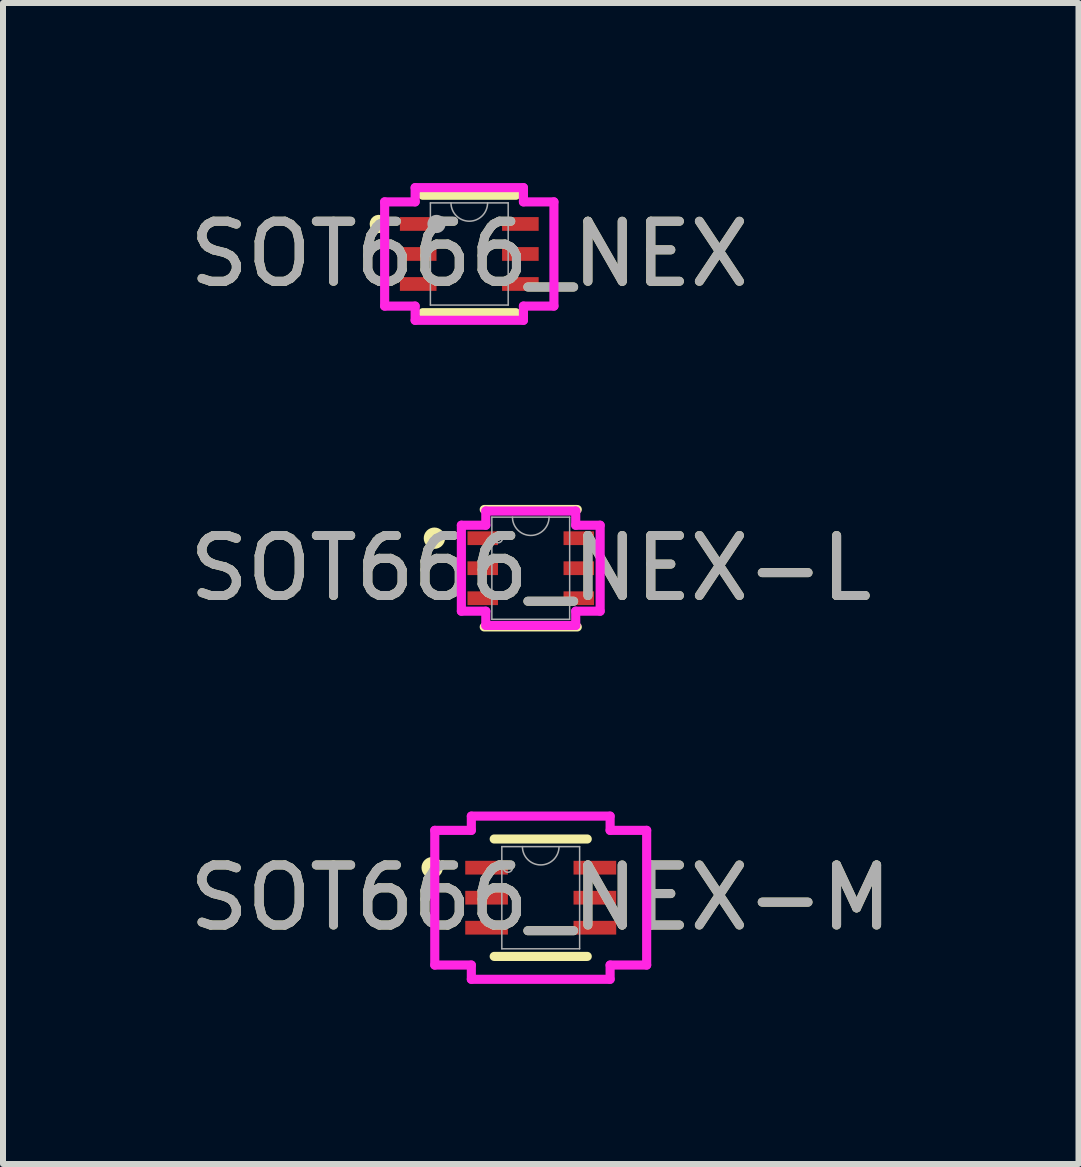
<source format=kicad_pcb>
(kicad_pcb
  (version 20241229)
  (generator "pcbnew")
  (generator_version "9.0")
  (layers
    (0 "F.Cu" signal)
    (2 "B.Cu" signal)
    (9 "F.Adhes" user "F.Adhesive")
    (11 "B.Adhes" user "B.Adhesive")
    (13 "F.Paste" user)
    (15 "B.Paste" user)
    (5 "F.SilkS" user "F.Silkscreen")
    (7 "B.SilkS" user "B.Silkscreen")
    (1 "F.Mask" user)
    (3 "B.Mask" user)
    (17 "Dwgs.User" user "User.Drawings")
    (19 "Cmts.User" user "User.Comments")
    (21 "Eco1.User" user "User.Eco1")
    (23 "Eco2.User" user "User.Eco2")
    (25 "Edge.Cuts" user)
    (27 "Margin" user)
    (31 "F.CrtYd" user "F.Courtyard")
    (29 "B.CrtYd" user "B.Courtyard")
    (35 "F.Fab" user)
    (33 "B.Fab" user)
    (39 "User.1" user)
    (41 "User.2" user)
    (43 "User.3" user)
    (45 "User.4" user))
  (footprint "SOT666_NEX-M"
    (layer "F.Cu")
    (at 5.958 11.905)
    (property "Reference" "SOT666_NEX-M" (at 0 0 0) (unlocked yes) (layer "F.SilkS") (effects (font (size 1 1) (thickness 0.15))))
    (attr smd)
    (fp_line (start -0.775 0.978) (end 0.775 0.978) (stroke (width 0.152) (type solid)) (layer "F.SilkS"))
    (fp_line (start 0.775 -0.978) (end -0.775 -0.978) (stroke (width 0.152) (type solid)) (layer "F.SilkS"))
    (fp_circle (center -1.808 -0.5) (end -1.706 -0.5) (stroke (width 0.152) (type solid)) (fill no) (layer "F.SilkS"))
    (fp_line (start -1.765 -1.122) (end -1.156 -1.122) (stroke (width 0.152) (type solid)) (layer "F.CrtYd"))
    (fp_line (start -1.765 1.122) (end -1.765 -1.122) (stroke (width 0.152) (type solid)) (layer "F.CrtYd"))
    (fp_line (start -1.765 1.122) (end -1.156 1.122) (stroke (width 0.152) (type solid)) (layer "F.CrtYd"))
    (fp_line (start -1.156 -1.359) (end 1.156 -1.359) (stroke (width 0.152) (type solid)) (layer "F.CrtYd"))
    (fp_line (start -1.156 -1.122) (end -1.156 -1.359) (stroke (width 0.152) (type solid)) (layer "F.CrtYd"))
    (fp_line (start -1.156 1.359) (end -1.156 1.122) (stroke (width 0.152) (type solid)) (layer "F.CrtYd"))
    (fp_line (start 1.156 -1.359) (end 1.156 -1.122) (stroke (width 0.152) (type solid)) (layer "F.CrtYd"))
    (fp_line (start 1.156 1.122) (end 1.156 1.359) (stroke (width 0.152) (type solid)) (layer "F.CrtYd"))
    (fp_line (start 1.156 1.359) (end -1.156 1.359) (stroke (width 0.152) (type solid)) (layer "F.CrtYd"))
    (fp_line (start 1.765 -1.122) (end 1.156 -1.122) (stroke (width 0.152) (type solid)) (layer "F.CrtYd"))
    (fp_line (start 1.765 -1.122) (end 1.765 1.122) (stroke (width 0.152) (type solid)) (layer "F.CrtYd"))
    (fp_line (start 1.765 1.122) (end 1.156 1.122) (stroke (width 0.152) (type solid)) (layer "F.CrtYd"))
    (fp_line (start -0.648 -0.851) (end -0.648 0.851) (stroke (width 0.025) (type solid)) (layer "F.Fab"))
    (fp_line (start -0.648 0.851) (end 0.648 0.851) (stroke (width 0.025) (type solid)) (layer "F.Fab"))
    (fp_line (start 0.648 -0.851) (end -0.648 -0.851) (stroke (width 0.025) (type solid)) (layer "F.Fab"))
    (fp_line (start 0.648 0.851) (end 0.648 -0.851) (stroke (width 0.025) (type solid)) (layer "F.Fab"))
    (fp_arc (start 0.3048 -0.8509) (mid 0 -0.5461) (end -0.3048 -0.8509) (stroke (width 0.0254) (type solid)) (layer "F.Fab"))
    (fp_circle (center -0.546 -0.5) (end -0.47 -0.5) (stroke (width 0.025) (type solid)) (fill no) (layer "F.Fab"))
    (fp_text user "${REFERENCE}" (at 0 0 0) (unlocked yes) (layer "F.Fab") (effects (font (size 1 1) (thickness 0.15))))
    (pad "1" smd rect (at -0.902 -0.5) (size 0.711 0.229) (layers "F.Cu" "F.Mask" "F.Paste"))
    (pad "2" smd rect (at -0.902 0) (size 0.711 0.229) (layers "F.Cu" "F.Mask" "F.Paste"))
    (pad "3" smd rect (at -0.902 0.5) (size 0.711 0.229) (layers "F.Cu" "F.Mask" "F.Paste"))
    (pad "4" smd rect (at 0.902 0.5) (size 0.711 0.229) (layers "F.Cu" "F.Mask" "F.Paste"))
    (pad "5" smd rect (at 0.902 0) (size 0.711 0.229) (layers "F.Cu" "F.Mask" "F.Paste"))
    (pad "6" smd rect (at 0.902 -0.5) (size 0.711 0.229) (layers "F.Cu" "F.Mask" "F.Paste")))
  (footprint "SOT666_NEX-L"
    (layer "F.Cu")
    (at 5.792 6.416)
    (property "Reference" "SOT666_NEX-L" (at 0 0 0) (unlocked yes) (layer "F.SilkS") (effects (font (size 1 1) (thickness 0.15))))
    (attr smd)
    (fp_line (start -0.775 0.978) (end 0.775 0.978) (stroke (width 0.152) (type solid)) (layer "F.SilkS"))
    (fp_line (start 0.775 -0.978) (end -0.775 -0.978) (stroke (width 0.152) (type solid)) (layer "F.SilkS"))
    (fp_circle (center -1.605 -0.5) (end -1.503 -0.5) (stroke (width 0.152) (type solid)) (fill no) (layer "F.SilkS"))
    (fp_line (start -1.156 -0.716) (end -0.749 -0.716) (stroke (width 0.152) (type solid)) (layer "F.CrtYd"))
    (fp_line (start -1.156 0.716) (end -1.156 -0.716) (stroke (width 0.152) (type solid)) (layer "F.CrtYd"))
    (fp_line (start -1.156 0.716) (end -0.749 0.716) (stroke (width 0.152) (type solid)) (layer "F.CrtYd"))
    (fp_line (start -0.749 -0.953) (end 0.749 -0.953) (stroke (width 0.152) (type solid)) (layer "F.CrtYd"))
    (fp_line (start -0.749 -0.716) (end -0.749 -0.953) (stroke (width 0.152) (type solid)) (layer "F.CrtYd"))
    (fp_line (start -0.749 0.953) (end -0.749 0.716) (stroke (width 0.152) (type solid)) (layer "F.CrtYd"))
    (fp_line (start 0.749 -0.953) (end 0.749 -0.716) (stroke (width 0.152) (type solid)) (layer "F.CrtYd"))
    (fp_line (start 0.749 0.716) (end 0.749 0.953) (stroke (width 0.152) (type solid)) (layer "F.CrtYd"))
    (fp_line (start 0.749 0.953) (end -0.749 0.953) (stroke (width 0.152) (type solid)) (layer "F.CrtYd"))
    (fp_line (start 1.156 -0.716) (end 0.749 -0.716) (stroke (width 0.152) (type solid)) (layer "F.CrtYd"))
    (fp_line (start 1.156 -0.716) (end 1.156 0.716) (stroke (width 0.152) (type solid)) (layer "F.CrtYd"))
    (fp_line (start 1.156 0.716) (end 0.749 0.716) (stroke (width 0.152) (type solid)) (layer "F.CrtYd"))
    (fp_line (start -0.648 -0.851) (end -0.648 0.851) (stroke (width 0.025) (type solid)) (layer "F.Fab"))
    (fp_line (start -0.648 0.851) (end 0.648 0.851) (stroke (width 0.025) (type solid)) (layer "F.Fab"))
    (fp_line (start 0.648 -0.851) (end -0.648 -0.851) (stroke (width 0.025) (type solid)) (layer "F.Fab"))
    (fp_line (start 0.648 0.851) (end 0.648 -0.851) (stroke (width 0.025) (type solid)) (layer "F.Fab"))
    (fp_arc (start 0.3048 -0.8509) (mid 0 -0.5461) (end -0.3048 -0.8509) (stroke (width 0.0254) (type solid)) (layer "F.Fab"))
    (fp_circle (center -0.546 -0.5) (end -0.47 -0.5) (stroke (width 0.025) (type solid)) (fill no) (layer "F.Fab"))
    (fp_text user "${REFERENCE}" (at 0 0 0) (unlocked yes) (layer "F.Fab") (effects (font (size 1 1) (thickness 0.15))))
    (pad "1" smd rect (at -0.8 -0.5) (size 0.508 0.229) (layers "F.Cu" "F.Mask" "F.Paste"))
    (pad "2" smd rect (at -0.8 0) (size 0.508 0.229) (layers "F.Cu" "F.Mask" "F.Paste"))
    (pad "3" smd rect (at -0.8 0.5) (size 0.508 0.229) (layers "F.Cu" "F.Mask" "F.Paste"))
    (pad "4" smd rect (at 0.8 0.5) (size 0.508 0.229) (layers "F.Cu" "F.Mask" "F.Paste"))
    (pad "5" smd rect (at 0.8 0) (size 0.508 0.229) (layers "F.Cu" "F.Mask" "F.Paste"))
    (pad "6" smd rect (at 0.8 -0.5) (size 0.508 0.229) (layers "F.Cu" "F.Mask" "F.Paste")))
  (footprint "SOT666_NEX"
    (layer "F.Cu")
    (at 4.768 1.181)
    (property "Reference" "SOT666_NEX" (at 0 0 0) (unlocked yes) (layer "F.SilkS") (effects (font (size 1 1) (thickness 0.15))))
    (attr smd)
    (fp_line (start -0.775 0.978) (end 0.775 0.978) (stroke (width 0.152) (type solid)) (layer "F.SilkS"))
    (fp_line (start 0.775 -0.978) (end -0.775 -0.978) (stroke (width 0.152) (type solid)) (layer "F.SilkS"))
    (fp_arc (start -1.48844 -0.426171) (mid -1.5835 -0.5) (end -1.48844 -0.573829) (stroke (width 0.1524) (type solid)) (layer "F.SilkS"))
    (fp_line (start -1.41 -0.868) (end -0.902 -0.868) (stroke (width 0.152) (type solid)) (layer "F.CrtYd"))
    (fp_line (start -1.41 0.868) (end -1.41 -0.868) (stroke (width 0.152) (type solid)) (layer "F.CrtYd"))
    (fp_line (start -1.41 0.868) (end -0.902 0.868) (stroke (width 0.152) (type solid)) (layer "F.CrtYd"))
    (fp_line (start -0.902 -1.105) (end 0.902 -1.105) (stroke (width 0.152) (type solid)) (layer "F.CrtYd"))
    (fp_line (start -0.902 -0.868) (end -0.902 -1.105) (stroke (width 0.152) (type solid)) (layer "F.CrtYd"))
    (fp_line (start -0.902 1.105) (end -0.902 0.868) (stroke (width 0.152) (type solid)) (layer "F.CrtYd"))
    (fp_line (start 0.902 -1.105) (end 0.902 -0.868) (stroke (width 0.152) (type solid)) (layer "F.CrtYd"))
    (fp_line (start 0.902 0.868) (end 0.902 1.105) (stroke (width 0.152) (type solid)) (layer "F.CrtYd"))
    (fp_line (start 0.902 1.105) (end -0.902 1.105) (stroke (width 0.152) (type solid)) (layer "F.CrtYd"))
    (fp_line (start 1.41 -0.868) (end 0.902 -0.868) (stroke (width 0.152) (type solid)) (layer "F.CrtYd"))
    (fp_line (start 1.41 -0.868) (end 1.41 0.868) (stroke (width 0.152) (type solid)) (layer "F.CrtYd"))
    (fp_line (start 1.41 0.868) (end 0.902 0.868) (stroke (width 0.152) (type solid)) (layer "F.CrtYd"))
    (fp_line (start -0.648 -0.851) (end -0.648 0.851) (stroke (width 0.025) (type solid)) (layer "F.Fab"))
    (fp_line (start -0.648 0.851) (end 0.648 0.851) (stroke (width 0.025) (type solid)) (layer "F.Fab"))
    (fp_line (start 0.648 -0.851) (end -0.648 -0.851) (stroke (width 0.025) (type solid)) (layer "F.Fab"))
    (fp_line (start 0.648 0.851) (end 0.648 -0.851) (stroke (width 0.025) (type solid)) (layer "F.Fab"))
    (fp_arc (start 0.3048 -0.8509) (mid 0 -0.5461) (end -0.3048 -0.8509) (stroke (width 0.0254) (type solid)) (layer "F.Fab"))
    (fp_circle (center -0.546 -0.5) (end -0.546 -0.5) (stroke (width 0.152) (type solid)) (fill no) (layer "F.Fab"))
    (fp_text user "${REFERENCE}" (at 0 0 0) (unlocked yes) (layer "F.Fab") (effects (font (size 1 1) (thickness 0.15))))
    (pad "1" smd rect (at -0.851 -0.5) (size 0.61 0.229) (layers "F.Cu" "F.Mask" "F.Paste"))
    (pad "2" smd rect (at -0.851 0) (size 0.61 0.229) (layers "F.Cu" "F.Mask" "F.Paste"))
    (pad "3" smd rect (at -0.851 0.5) (size 0.61 0.229) (layers "F.Cu" "F.Mask" "F.Paste"))
    (pad "4" smd rect (at 0.851 0.5) (size 0.61 0.229) (layers "F.Cu" "F.Mask" "F.Paste"))
    (pad "5" smd rect (at 0.851 0) (size 0.61 0.229) (layers "F.Cu" "F.Mask" "F.Paste"))
    (pad "6" smd rect (at 0.851 -0.5) (size 0.61 0.229) (layers "F.Cu" "F.Mask" "F.Paste")))
  (gr_rect
    (start -3 -3)
    (end 14.917 16.341)
    (stroke (width 0.1) (type default))
    (fill no)
    (layer "Edge.Cuts")))
</source>
